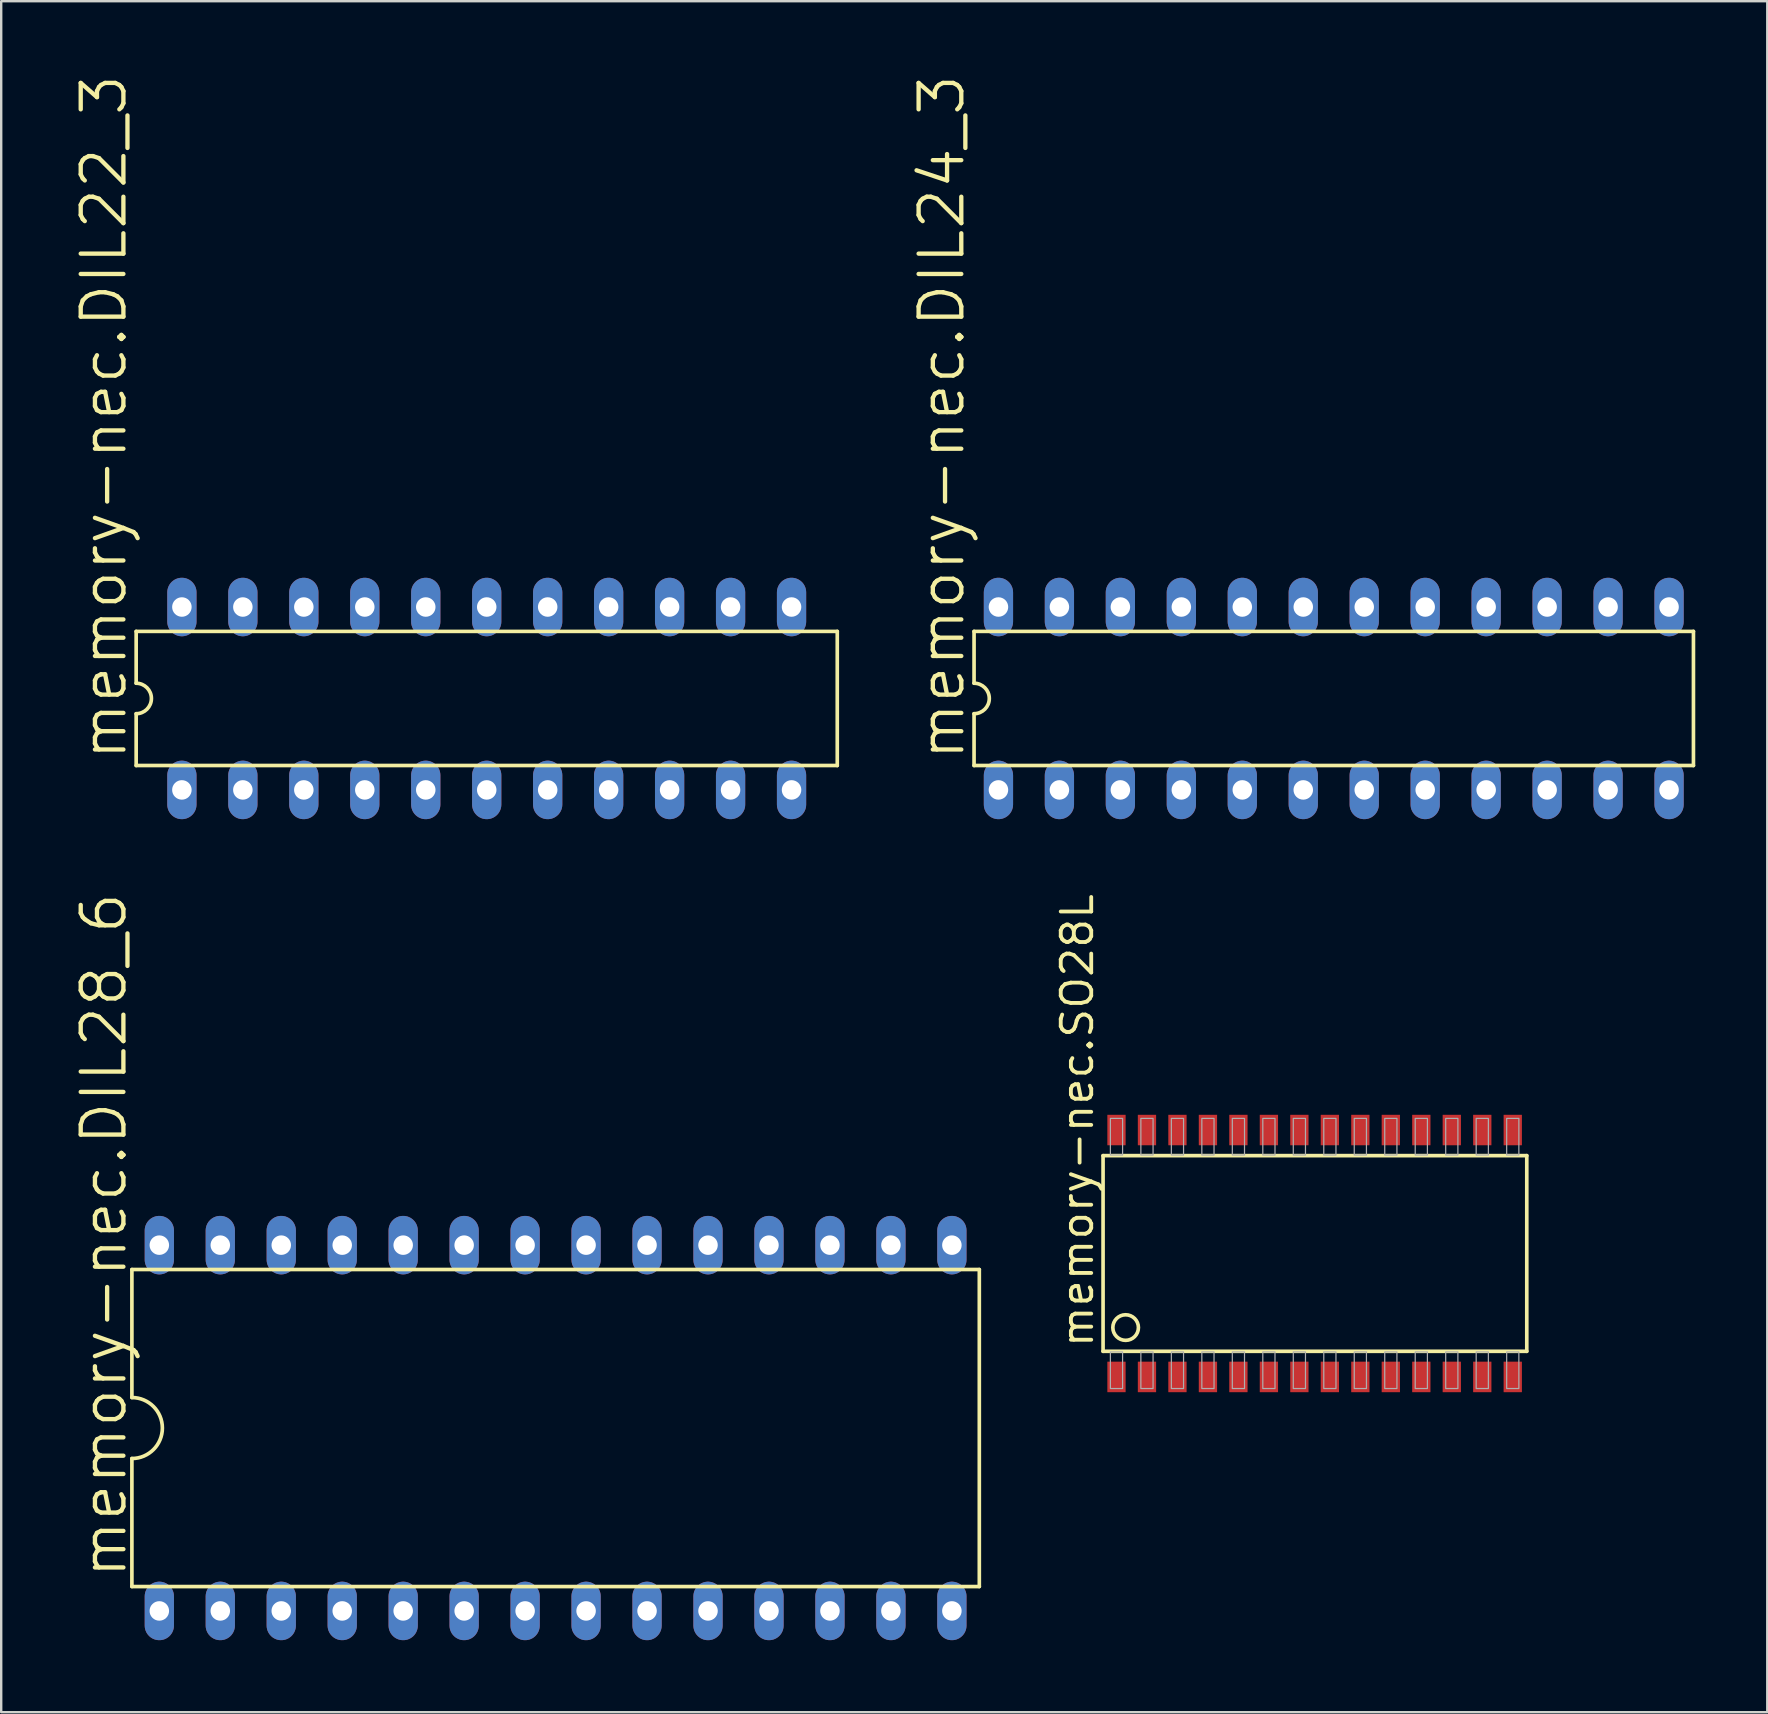
<source format=kicad_pcb>
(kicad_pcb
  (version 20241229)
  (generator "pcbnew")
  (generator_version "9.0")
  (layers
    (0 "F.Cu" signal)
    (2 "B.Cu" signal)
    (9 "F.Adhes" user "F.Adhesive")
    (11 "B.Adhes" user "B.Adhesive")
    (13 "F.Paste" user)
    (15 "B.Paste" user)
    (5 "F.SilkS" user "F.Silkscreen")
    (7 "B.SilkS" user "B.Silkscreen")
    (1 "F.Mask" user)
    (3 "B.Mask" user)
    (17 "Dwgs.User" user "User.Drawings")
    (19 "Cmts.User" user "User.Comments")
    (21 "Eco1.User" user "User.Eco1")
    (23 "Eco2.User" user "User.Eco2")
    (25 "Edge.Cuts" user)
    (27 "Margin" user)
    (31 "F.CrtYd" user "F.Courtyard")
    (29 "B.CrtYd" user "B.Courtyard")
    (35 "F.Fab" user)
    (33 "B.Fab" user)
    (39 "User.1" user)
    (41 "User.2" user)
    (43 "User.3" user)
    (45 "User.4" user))
  (footprint "memory-nec.SO28L"
    (layer "F.Cu")
    (at 51.086 49.11)
    (property "Reference" "memory-nec.SO28L" (at -8.509 4.064 90) (layer "F.SilkS") (effects (font (size 1.27 1.27) (thickness 0.16)) (justify left bottom)))
    (attr smd)
    (fp_line (start -8.179 -4.013) (end -8.179 4.14) (stroke (width 0.152) (type default)) (layer "F.SilkS"))
    (fp_line (start -8.179 4.14) (end 9.474 4.14) (stroke (width 0.152) (type default)) (layer "F.SilkS"))
    (fp_line (start 9.474 -4.013) (end -8.179 -4.013) (stroke (width 0.152) (type default)) (layer "F.SilkS"))
    (fp_line (start 9.474 4.14) (end 9.474 -4.013) (stroke (width 0.152) (type default)) (layer "F.SilkS"))
    (fp_circle (center -7.239 3.15) (end -6.706 3.15) (stroke (width 0.152) (type default)) (fill no) (layer "F.SilkS"))
    (fp_rect (start -7.874 -4.039) (end -7.366 -5.563) (stroke (width 0.05) (type default)) (fill no) (layer "F.Fab"))
    (fp_rect (start -7.874 5.69) (end -7.366 4.166) (stroke (width 0.05) (type default)) (fill no) (layer "F.Fab"))
    (fp_rect (start -6.604 -4.039) (end -6.096 -5.563) (stroke (width 0.05) (type default)) (fill no) (layer "F.Fab"))
    (fp_rect (start -6.604 5.69) (end -6.096 4.166) (stroke (width 0.05) (type default)) (fill no) (layer "F.Fab"))
    (fp_rect (start -5.334 -4.039) (end -4.826 -5.563) (stroke (width 0.05) (type default)) (fill no) (layer "F.Fab"))
    (fp_rect (start -5.334 5.69) (end -4.826 4.166) (stroke (width 0.05) (type default)) (fill no) (layer "F.Fab"))
    (fp_rect (start -4.064 -4.039) (end -3.556 -5.563) (stroke (width 0.05) (type default)) (fill no) (layer "F.Fab"))
    (fp_rect (start -4.064 5.69) (end -3.556 4.166) (stroke (width 0.05) (type default)) (fill no) (layer "F.Fab"))
    (fp_rect (start -2.794 -4.039) (end -2.286 -5.563) (stroke (width 0.05) (type default)) (fill no) (layer "F.Fab"))
    (fp_rect (start -2.794 5.69) (end -2.286 4.166) (stroke (width 0.05) (type default)) (fill no) (layer "F.Fab"))
    (fp_rect (start -1.524 -4.039) (end -1.016 -5.563) (stroke (width 0.05) (type default)) (fill no) (layer "F.Fab"))
    (fp_rect (start -1.524 5.69) (end -1.016 4.166) (stroke (width 0.05) (type default)) (fill no) (layer "F.Fab"))
    (fp_rect (start -0.254 -4.039) (end 0.254 -5.563) (stroke (width 0.05) (type default)) (fill no) (layer "F.Fab"))
    (fp_rect (start -0.254 5.69) (end 0.254 4.166) (stroke (width 0.05) (type default)) (fill no) (layer "F.Fab"))
    (fp_rect (start 1.016 -4.039) (end 1.524 -5.563) (stroke (width 0.05) (type default)) (fill no) (layer "F.Fab"))
    (fp_rect (start 1.016 5.69) (end 1.524 4.166) (stroke (width 0.05) (type default)) (fill no) (layer "F.Fab"))
    (fp_rect (start 2.286 -4.039) (end 2.794 -5.563) (stroke (width 0.05) (type default)) (fill no) (layer "F.Fab"))
    (fp_rect (start 2.286 5.69) (end 2.794 4.166) (stroke (width 0.05) (type default)) (fill no) (layer "F.Fab"))
    (fp_rect (start 3.556 -4.039) (end 4.064 -5.563) (stroke (width 0.05) (type default)) (fill no) (layer "F.Fab"))
    (fp_rect (start 3.556 5.69) (end 4.064 4.166) (stroke (width 0.05) (type default)) (fill no) (layer "F.Fab"))
    (fp_rect (start 4.826 -4.039) (end 5.334 -5.563) (stroke (width 0.05) (type default)) (fill no) (layer "F.Fab"))
    (fp_rect (start 4.826 5.69) (end 5.334 4.166) (stroke (width 0.05) (type default)) (fill no) (layer "F.Fab"))
    (fp_rect (start 6.096 -4.039) (end 6.604 -5.563) (stroke (width 0.05) (type default)) (fill no) (layer "F.Fab"))
    (fp_rect (start 6.096 5.69) (end 6.604 4.166) (stroke (width 0.05) (type default)) (fill no) (layer "F.Fab"))
    (fp_rect (start 7.366 -4.039) (end 7.874 -5.563) (stroke (width 0.05) (type default)) (fill no) (layer "F.Fab"))
    (fp_rect (start 7.366 5.69) (end 7.874 4.166) (stroke (width 0.05) (type default)) (fill no) (layer "F.Fab"))
    (fp_rect (start 8.636 -4.039) (end 9.144 -5.563) (stroke (width 0.05) (type default)) (fill no) (layer "F.Fab"))
    (fp_rect (start 8.636 5.69) (end 9.144 4.166) (stroke (width 0.05) (type default)) (fill no) (layer "F.Fab"))
    (pad "1" smd roundrect (at -7.62 5.207) (size 0.762 1.27) (layers "F.Cu" "F.Mask" "F.Paste") (roundrect_rratio 0.01))
    (pad "2" smd roundrect (at -6.35 5.207) (size 0.762 1.27) (layers "F.Cu" "F.Mask" "F.Paste") (roundrect_rratio 0.01))
    (pad "3" smd roundrect (at -5.08 5.207) (size 0.762 1.27) (layers "F.Cu" "F.Mask" "F.Paste") (roundrect_rratio 0.01))
    (pad "4" smd roundrect (at -3.81 5.207) (size 0.762 1.27) (layers "F.Cu" "F.Mask" "F.Paste") (roundrect_rratio 0.01))
    (pad "5" smd roundrect (at -2.54 5.207) (size 0.762 1.27) (layers "F.Cu" "F.Mask" "F.Paste") (roundrect_rratio 0.01))
    (pad "6" smd roundrect (at -1.27 5.207) (size 0.762 1.27) (layers "F.Cu" "F.Mask" "F.Paste") (roundrect_rratio 0.01))
    (pad "7" smd roundrect (at 0 5.207) (size 0.762 1.27) (layers "F.Cu" "F.Mask" "F.Paste") (roundrect_rratio 0.01))
    (pad "8" smd roundrect (at 1.27 5.207) (size 0.762 1.27) (layers "F.Cu" "F.Mask" "F.Paste") (roundrect_rratio 0.01))
    (pad "9" smd roundrect (at 2.54 5.207) (size 0.762 1.27) (layers "F.Cu" "F.Mask" "F.Paste") (roundrect_rratio 0.01))
    (pad "10" smd roundrect (at 3.81 5.207) (size 0.762 1.27) (layers "F.Cu" "F.Mask" "F.Paste") (roundrect_rratio 0.01))
    (pad "11" smd roundrect (at 5.08 5.207) (size 0.762 1.27) (layers "F.Cu" "F.Mask" "F.Paste") (roundrect_rratio 0.01))
    (pad "12" smd roundrect (at 6.35 5.207) (size 0.762 1.27) (layers "F.Cu" "F.Mask" "F.Paste") (roundrect_rratio 0.01))
    (pad "13" smd roundrect (at 7.62 5.207) (size 0.762 1.27) (layers "F.Cu" "F.Mask" "F.Paste") (roundrect_rratio 0.01))
    (pad "14" smd roundrect (at 8.89 5.207) (size 0.762 1.27) (layers "F.Cu" "F.Mask" "F.Paste") (roundrect_rratio 0.01))
    (pad "15" smd roundrect (at 8.89 -5.08) (size 0.762 1.27) (layers "F.Cu" "F.Mask" "F.Paste") (roundrect_rratio 0.01))
    (pad "16" smd roundrect (at 7.62 -5.08) (size 0.762 1.27) (layers "F.Cu" "F.Mask" "F.Paste") (roundrect_rratio 0.01))
    (pad "17" smd roundrect (at 6.35 -5.08) (size 0.762 1.27) (layers "F.Cu" "F.Mask" "F.Paste") (roundrect_rratio 0.01))
    (pad "18" smd roundrect (at 5.08 -5.08) (size 0.762 1.27) (layers "F.Cu" "F.Mask" "F.Paste") (roundrect_rratio 0.01))
    (pad "19" smd roundrect (at 3.81 -5.08) (size 0.762 1.27) (layers "F.Cu" "F.Mask" "F.Paste") (roundrect_rratio 0.01))
    (pad "20" smd roundrect (at 2.54 -5.08) (size 0.762 1.27) (layers "F.Cu" "F.Mask" "F.Paste") (roundrect_rratio 0.01))
    (pad "21" smd roundrect (at 1.27 -5.08) (size 0.762 1.27) (layers "F.Cu" "F.Mask" "F.Paste") (roundrect_rratio 0.01))
    (pad "22" smd roundrect (at 0 -5.08) (size 0.762 1.27) (layers "F.Cu" "F.Mask" "F.Paste") (roundrect_rratio 0.01))
    (pad "23" smd roundrect (at -1.27 -5.08) (size 0.762 1.27) (layers "F.Cu" "F.Mask" "F.Paste") (roundrect_rratio 0.01))
    (pad "24" smd roundrect (at -2.54 -5.08) (size 0.762 1.27) (layers "F.Cu" "F.Mask" "F.Paste") (roundrect_rratio 0.01))
    (pad "25" smd roundrect (at -3.81 -5.08) (size 0.762 1.27) (layers "F.Cu" "F.Mask" "F.Paste") (roundrect_rratio 0.01))
    (pad "26" smd roundrect (at -5.08 -5.08) (size 0.762 1.27) (layers "F.Cu" "F.Mask" "F.Paste") (roundrect_rratio 0.01))
    (pad "27" smd roundrect (at -6.35 -5.08) (size 0.762 1.27) (layers "F.Cu" "F.Mask" "F.Paste") (roundrect_rratio 0.01))
    (pad "28" smd roundrect (at -7.62 -5.08) (size 0.762 1.27) (layers "F.Cu" "F.Mask" "F.Paste") (roundrect_rratio 0.01)))
  (footprint "memory-nec.DIL22_3"
    (layer "F.Cu")
    (at 17.228 26.05)
    (property "Reference" "memory-nec.DIL22_3" (at -14.91 2.667 90) (layer "F.SilkS") (effects (font (size 1.778 1.778) (thickness 0.18)) (justify left bottom)))
    (attr through_hole)
    (fp_line (start -14.605 -2.794) (end -14.605 -0.635) (stroke (width 0.152) (type default)) (layer "F.SilkS"))
    (fp_line (start -14.605 -2.794) (end 14.605 -2.794) (stroke (width 0.152) (type default)) (layer "F.SilkS"))
    (fp_line (start -14.605 0.635) (end -14.605 2.794) (stroke (width 0.152) (type default)) (layer "F.SilkS"))
    (fp_line (start -14.605 2.794) (end 14.605 2.794) (stroke (width 0.152) (type default)) (layer "F.SilkS"))
    (fp_line (start 14.605 2.794) (end 14.605 -2.794) (stroke (width 0.152) (type default)) (layer "F.SilkS"))
    (fp_arc (start -14.605 -0.635) (mid -13.97 0) (end -14.605 0.635) (stroke (width 0.1524) (type default)) (layer "F.SilkS"))
    (pad "1" thru_hole oval (at -12.7 3.81 90) (size 2.438 1.219) (drill 0.813) (layers "*.Cu" "*.Mask"))
    (pad "2" thru_hole oval (at -10.16 3.81 90) (size 2.438 1.219) (drill 0.813) (layers "*.Cu" "*.Mask"))
    (pad "3" thru_hole oval (at -7.62 3.81 90) (size 2.438 1.219) (drill 0.813) (layers "*.Cu" "*.Mask"))
    (pad "4" thru_hole oval (at -5.08 3.81 90) (size 2.438 1.219) (drill 0.813) (layers "*.Cu" "*.Mask"))
    (pad "5" thru_hole oval (at -2.54 3.81 90) (size 2.438 1.219) (drill 0.813) (layers "*.Cu" "*.Mask"))
    (pad "6" thru_hole oval (at 0 3.81 90) (size 2.438 1.219) (drill 0.813) (layers "*.Cu" "*.Mask"))
    (pad "7" thru_hole oval (at 2.54 3.81 90) (size 2.438 1.219) (drill 0.813) (layers "*.Cu" "*.Mask"))
    (pad "8" thru_hole oval (at 5.08 3.81 90) (size 2.438 1.219) (drill 0.813) (layers "*.Cu" "*.Mask"))
    (pad "9" thru_hole oval (at 7.62 3.81 90) (size 2.438 1.219) (drill 0.813) (layers "*.Cu" "*.Mask"))
    (pad "10" thru_hole oval (at 10.16 3.81 90) (size 2.438 1.219) (drill 0.813) (layers "*.Cu" "*.Mask"))
    (pad "11" thru_hole oval (at 12.7 3.81 90) (size 2.438 1.219) (drill 0.813) (layers "*.Cu" "*.Mask"))
    (pad "12" thru_hole oval (at 12.7 -3.81 90) (size 2.438 1.219) (drill 0.813) (layers "*.Cu" "*.Mask"))
    (pad "13" thru_hole oval (at 10.16 -3.81 90) (size 2.438 1.219) (drill 0.813) (layers "*.Cu" "*.Mask"))
    (pad "14" thru_hole oval (at 7.62 -3.81 90) (size 2.438 1.219) (drill 0.813) (layers "*.Cu" "*.Mask"))
    (pad "15" thru_hole oval (at 5.08 -3.81 90) (size 2.438 1.219) (drill 0.813) (layers "*.Cu" "*.Mask"))
    (pad "16" thru_hole oval (at 2.54 -3.81 90) (size 2.438 1.219) (drill 0.813) (layers "*.Cu" "*.Mask"))
    (pad "17" thru_hole oval (at 0 -3.81 90) (size 2.438 1.219) (drill 0.813) (layers "*.Cu" "*.Mask"))
    (pad "18" thru_hole oval (at -2.54 -3.81 90) (size 2.438 1.219) (drill 0.813) (layers "*.Cu" "*.Mask"))
    (pad "19" thru_hole oval (at -5.08 -3.81 90) (size 2.438 1.219) (drill 0.813) (layers "*.Cu" "*.Mask"))
    (pad "20" thru_hole oval (at -7.62 -3.81 90) (size 2.438 1.219) (drill 0.813) (layers "*.Cu" "*.Mask"))
    (pad "21" thru_hole oval (at -10.16 -3.81 90) (size 2.438 1.219) (drill 0.813) (layers "*.Cu" "*.Mask"))
    (pad "22" thru_hole oval (at -12.7 -3.81 90) (size 2.438 1.219) (drill 0.813) (layers "*.Cu" "*.Mask")))
  (footprint "memory-nec.DIL24_3"
    (layer "F.Cu")
    (at 52.518 26.05)
    (property "Reference" "memory-nec.DIL24_3" (at -15.291 2.667 90) (layer "F.SilkS") (effects (font (size 1.778 1.778) (thickness 0.18)) (justify left bottom)))
    (attr through_hole)
    (fp_line (start -14.986 -2.794) (end -14.986 -0.635) (stroke (width 0.152) (type default)) (layer "F.SilkS"))
    (fp_line (start -14.986 -2.794) (end 14.986 -2.794) (stroke (width 0.152) (type default)) (layer "F.SilkS"))
    (fp_line (start -14.986 0.635) (end -14.986 2.794) (stroke (width 0.152) (type default)) (layer "F.SilkS"))
    (fp_line (start -14.986 2.794) (end 14.986 2.794) (stroke (width 0.152) (type default)) (layer "F.SilkS"))
    (fp_line (start 14.986 2.794) (end 14.986 -2.794) (stroke (width 0.152) (type default)) (layer "F.SilkS"))
    (fp_arc (start -14.986 -0.635) (mid -14.351 0) (end -14.986 0.635) (stroke (width 0.1524) (type default)) (layer "F.SilkS"))
    (pad "1" thru_hole oval (at -13.97 3.81 90) (size 2.438 1.219) (drill 0.813) (layers "*.Cu" "*.Mask"))
    (pad "2" thru_hole oval (at -11.43 3.81 90) (size 2.438 1.219) (drill 0.813) (layers "*.Cu" "*.Mask"))
    (pad "3" thru_hole oval (at -8.89 3.81 90) (size 2.438 1.219) (drill 0.813) (layers "*.Cu" "*.Mask"))
    (pad "4" thru_hole oval (at -6.35 3.81 90) (size 2.438 1.219) (drill 0.813) (layers "*.Cu" "*.Mask"))
    (pad "5" thru_hole oval (at -3.81 3.81 90) (size 2.438 1.219) (drill 0.813) (layers "*.Cu" "*.Mask"))
    (pad "6" thru_hole oval (at -1.27 3.81 90) (size 2.438 1.219) (drill 0.813) (layers "*.Cu" "*.Mask"))
    (pad "7" thru_hole oval (at 1.27 3.81 90) (size 2.438 1.219) (drill 0.813) (layers "*.Cu" "*.Mask"))
    (pad "8" thru_hole oval (at 3.81 3.81 90) (size 2.438 1.219) (drill 0.813) (layers "*.Cu" "*.Mask"))
    (pad "9" thru_hole oval (at 6.35 3.81 90) (size 2.438 1.219) (drill 0.813) (layers "*.Cu" "*.Mask"))
    (pad "10" thru_hole oval (at 8.89 3.81 90) (size 2.438 1.219) (drill 0.813) (layers "*.Cu" "*.Mask"))
    (pad "11" thru_hole oval (at 11.43 3.81 90) (size 2.438 1.219) (drill 0.813) (layers "*.Cu" "*.Mask"))
    (pad "12" thru_hole oval (at 13.97 3.81 90) (size 2.438 1.219) (drill 0.813) (layers "*.Cu" "*.Mask"))
    (pad "13" thru_hole oval (at 13.97 -3.81 90) (size 2.438 1.219) (drill 0.813) (layers "*.Cu" "*.Mask"))
    (pad "14" thru_hole oval (at 11.43 -3.81 90) (size 2.438 1.219) (drill 0.813) (layers "*.Cu" "*.Mask"))
    (pad "15" thru_hole oval (at 8.89 -3.81 90) (size 2.438 1.219) (drill 0.813) (layers "*.Cu" "*.Mask"))
    (pad "16" thru_hole oval (at 6.35 -3.81 90) (size 2.438 1.219) (drill 0.813) (layers "*.Cu" "*.Mask"))
    (pad "17" thru_hole oval (at 3.81 -3.81 90) (size 2.438 1.219) (drill 0.813) (layers "*.Cu" "*.Mask"))
    (pad "18" thru_hole oval (at 1.27 -3.81 90) (size 2.438 1.219) (drill 0.813) (layers "*.Cu" "*.Mask"))
    (pad "19" thru_hole oval (at -1.27 -3.81 90) (size 2.438 1.219) (drill 0.813) (layers "*.Cu" "*.Mask"))
    (pad "20" thru_hole oval (at -3.81 -3.81 90) (size 2.438 1.219) (drill 0.813) (layers "*.Cu" "*.Mask"))
    (pad "21" thru_hole oval (at -6.35 -3.81 90) (size 2.438 1.219) (drill 0.813) (layers "*.Cu" "*.Mask"))
    (pad "22" thru_hole oval (at -8.89 -3.81 90) (size 2.438 1.219) (drill 0.813) (layers "*.Cu" "*.Mask"))
    (pad "23" thru_hole oval (at -11.43 -3.81 90) (size 2.438 1.219) (drill 0.813) (layers "*.Cu" "*.Mask"))
    (pad "24" thru_hole oval (at -13.97 -3.81 90) (size 2.438 1.219) (drill 0.813) (layers "*.Cu" "*.Mask")))
  (footprint "memory-nec.DIL28_6"
    (layer "F.Cu")
    (at 20.098 56.446)
    (property "Reference" "memory-nec.DIL28_6" (at -17.78 6.35 90) (layer "F.SilkS") (effects (font (size 1.778 1.778) (thickness 0.18)) (justify left bottom)))
    (attr through_hole)
    (fp_line (start -17.653 -6.604) (end -17.653 -1.27) (stroke (width 0.152) (type default)) (layer "F.SilkS"))
    (fp_line (start -17.653 -6.604) (end 17.653 -6.604) (stroke (width 0.152) (type default)) (layer "F.SilkS"))
    (fp_line (start -17.653 1.27) (end -17.653 6.604) (stroke (width 0.152) (type default)) (layer "F.SilkS"))
    (fp_line (start -17.653 6.604) (end 17.653 6.604) (stroke (width 0.152) (type default)) (layer "F.SilkS"))
    (fp_line (start 17.653 6.604) (end 17.653 -6.604) (stroke (width 0.152) (type default)) (layer "F.SilkS"))
    (fp_arc (start -17.653 -1.27) (mid -16.383 0) (end -17.653 1.27) (stroke (width 0.1524) (type default)) (layer "F.SilkS"))
    (pad "1" thru_hole oval (at -16.51 7.62 90) (size 2.438 1.219) (drill 0.813) (layers "*.Cu" "*.Mask"))
    (pad "2" thru_hole oval (at -13.97 7.62 90) (size 2.438 1.219) (drill 0.813) (layers "*.Cu" "*.Mask"))
    (pad "3" thru_hole oval (at -11.43 7.62 90) (size 2.438 1.219) (drill 0.813) (layers "*.Cu" "*.Mask"))
    (pad "4" thru_hole oval (at -8.89 7.62 90) (size 2.438 1.219) (drill 0.813) (layers "*.Cu" "*.Mask"))
    (pad "5" thru_hole oval (at -6.35 7.62 90) (size 2.438 1.219) (drill 0.813) (layers "*.Cu" "*.Mask"))
    (pad "6" thru_hole oval (at -3.81 7.62 90) (size 2.438 1.219) (drill 0.813) (layers "*.Cu" "*.Mask"))
    (pad "7" thru_hole oval (at -1.27 7.62 90) (size 2.438 1.219) (drill 0.813) (layers "*.Cu" "*.Mask"))
    (pad "8" thru_hole oval (at 1.27 7.62 90) (size 2.438 1.219) (drill 0.813) (layers "*.Cu" "*.Mask"))
    (pad "9" thru_hole oval (at 3.81 7.62 90) (size 2.438 1.219) (drill 0.813) (layers "*.Cu" "*.Mask"))
    (pad "10" thru_hole oval (at 6.35 7.62 90) (size 2.438 1.219) (drill 0.813) (layers "*.Cu" "*.Mask"))
    (pad "11" thru_hole oval (at 8.89 7.62 90) (size 2.438 1.219) (drill 0.813) (layers "*.Cu" "*.Mask"))
    (pad "12" thru_hole oval (at 11.43 7.62 90) (size 2.438 1.219) (drill 0.813) (layers "*.Cu" "*.Mask"))
    (pad "13" thru_hole oval (at 13.97 7.62 90) (size 2.438 1.219) (drill 0.813) (layers "*.Cu" "*.Mask"))
    (pad "14" thru_hole oval (at 16.51 7.62 90) (size 2.438 1.219) (drill 0.813) (layers "*.Cu" "*.Mask"))
    (pad "15" thru_hole oval (at 16.51 -7.62 90) (size 2.438 1.219) (drill 0.813) (layers "*.Cu" "*.Mask"))
    (pad "16" thru_hole oval (at 13.97 -7.62 90) (size 2.438 1.219) (drill 0.813) (layers "*.Cu" "*.Mask"))
    (pad "17" thru_hole oval (at 11.43 -7.62 90) (size 2.438 1.219) (drill 0.813) (layers "*.Cu" "*.Mask"))
    (pad "18" thru_hole oval (at 8.89 -7.62 90) (size 2.438 1.219) (drill 0.813) (layers "*.Cu" "*.Mask"))
    (pad "19" thru_hole oval (at 6.35 -7.62 90) (size 2.438 1.219) (drill 0.813) (layers "*.Cu" "*.Mask"))
    (pad "20" thru_hole oval (at 3.81 -7.62 90) (size 2.438 1.219) (drill 0.813) (layers "*.Cu" "*.Mask"))
    (pad "21" thru_hole oval (at 1.27 -7.62 90) (size 2.438 1.219) (drill 0.813) (layers "*.Cu" "*.Mask"))
    (pad "22" thru_hole oval (at -1.27 -7.62 90) (size 2.438 1.219) (drill 0.813) (layers "*.Cu" "*.Mask"))
    (pad "23" thru_hole oval (at -3.81 -7.62 90) (size 2.438 1.219) (drill 0.813) (layers "*.Cu" "*.Mask"))
    (pad "24" thru_hole oval (at -6.35 -7.62 90) (size 2.438 1.219) (drill 0.813) (layers "*.Cu" "*.Mask"))
    (pad "25" thru_hole oval (at -8.89 -7.62 90) (size 2.438 1.219) (drill 0.813) (layers "*.Cu" "*.Mask"))
    (pad "26" thru_hole oval (at -11.43 -7.62 90) (size 2.438 1.219) (drill 0.813) (layers "*.Cu" "*.Mask"))
    (pad "27" thru_hole oval (at -13.97 -7.62 90) (size 2.438 1.219) (drill 0.813) (layers "*.Cu" "*.Mask"))
    (pad "28" thru_hole oval (at -16.51 -7.62 90) (size 2.438 1.219) (drill 0.813) (layers "*.Cu" "*.Mask")))
  (gr_rect
    (start -3 -3)
    (end 70.58 68.286)
    (stroke (width 0.1) (type default))
    (fill no)
    (layer "Edge.Cuts")))
</source>
